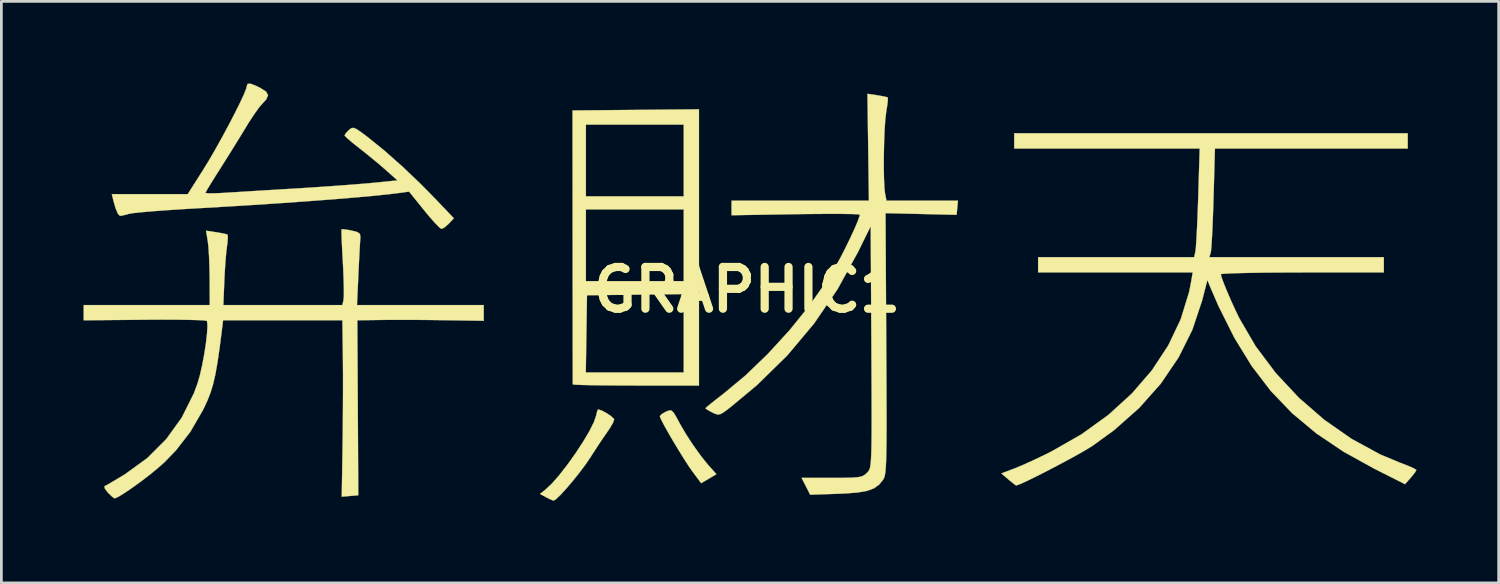
<source format=kicad_pcb>
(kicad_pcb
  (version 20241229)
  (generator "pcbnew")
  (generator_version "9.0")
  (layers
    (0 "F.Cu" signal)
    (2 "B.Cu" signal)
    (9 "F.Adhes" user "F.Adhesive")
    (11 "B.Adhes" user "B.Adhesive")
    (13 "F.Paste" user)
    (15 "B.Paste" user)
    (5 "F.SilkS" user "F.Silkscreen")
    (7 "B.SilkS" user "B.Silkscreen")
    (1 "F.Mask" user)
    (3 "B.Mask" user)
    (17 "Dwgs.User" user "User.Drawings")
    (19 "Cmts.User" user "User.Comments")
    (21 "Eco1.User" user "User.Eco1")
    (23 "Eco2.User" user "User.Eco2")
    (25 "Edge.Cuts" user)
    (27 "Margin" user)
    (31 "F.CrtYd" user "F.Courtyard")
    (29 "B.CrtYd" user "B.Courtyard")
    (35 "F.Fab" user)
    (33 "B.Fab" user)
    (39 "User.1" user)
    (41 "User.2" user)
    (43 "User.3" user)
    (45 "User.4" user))
  (footprint "GRAPHIC1"
    (layer "F.Cu")
    (at 24.214 7.531)
    (property "Reference" "GRAPHIC1" (at 0 0 0) (layer "F.SilkS") (effects (font (size 1.524 1.524) (thickness 0.3))))
    (attr through_hole)
    (fp_poly (pts (xy -2.754 4.406) (xy -2.671 4.483) (xy -2.565 4.658) (xy -2.446 4.882) (xy -2.232 5.251) (xy -1.96 5.667) (xy -1.673 6.068) (xy -1.409 6.396) (xy -1.376 6.433) (xy -1.108 6.73) (xy -1.666 7.059) (xy -1.975 6.645) (xy -2.121 6.435) (xy -2.304 6.152) (xy -2.506 5.826) (xy -2.709 5.488) (xy -2.895 5.167) (xy -3.046 4.893) (xy -3.145 4.697) (xy -3.175 4.614) (xy -3.111 4.539) (xy -2.964 4.454) (xy -2.842 4.404) (xy -2.754 4.406)) (stroke (width 0.01) (type solid)) (fill yes) (layer "F.SilkS"))
    (fp_poly (pts (xy -5.299 4.405) (xy -5.122 4.5) (xy -4.953 4.614) (xy -4.851 4.711) (xy -4.842 4.736) (xy -4.886 4.855) (xy -4.997 5.048) (xy -5.086 5.178) (xy -5.246 5.409) (xy -5.451 5.716) (xy -5.662 6.042) (xy -5.706 6.112) (xy -5.886 6.375) (xy -6.107 6.671) (xy -6.349 6.972) (xy -6.586 7.251) (xy -6.798 7.483) (xy -6.962 7.64) (xy -7.053 7.696) (xy -7.152 7.66) (xy -7.321 7.576) (xy -7.327 7.572) (xy -7.55 7.451) (xy -7.352 7.296) (xy -7.116 7.074) (xy -6.839 6.757) (xy -6.542 6.375) (xy -6.246 5.96) (xy -5.973 5.542) (xy -5.743 5.153) (xy -5.579 4.824) (xy -5.505 4.608) (xy -5.464 4.44) (xy -5.431 4.366) (xy -5.43 4.366) (xy -5.299 4.405)) (stroke (width 0.01) (type solid)) (fill yes) (layer "F.SilkS"))
    (fp_poly (pts (xy -1.746 3.493) (xy -4.048 3.493) (xy -4.634 3.491) (xy -5.166 3.487) (xy -5.623 3.482) (xy -5.985 3.474) (xy -6.233 3.465) (xy -6.347 3.455) (xy -6.353 3.453) (xy -6.353 3.369) (xy -6.354 3.139) (xy -6.354 3.016) (xy -5.877 3.016) (xy -2.302 3.016) (xy -2.302 0.156) (xy -4.068 0.177) (xy -5.834 0.198) (xy -5.856 1.607) (xy -5.877 3.016) (xy -6.354 3.016) (xy -6.354 2.778) (xy -6.355 2.299) (xy -6.356 1.715) (xy -6.356 1.041) (xy -6.357 0.289) (xy -6.358 -0.527) (xy -6.358 -1.393) (xy -6.358 -1.568) (xy -6.359 -2.937) (xy -5.874 -2.937) (xy -5.874 -0.318) (xy -2.302 -0.318) (xy -2.302 -2.937) (xy -5.874 -2.937) (xy -6.359 -2.937) (xy -6.361 -6.032) (xy -5.874 -6.032) (xy -5.874 -3.413) (xy -2.302 -3.413) (xy -2.302 -6.032) (xy -5.874 -6.032) (xy -6.361 -6.032) (xy -6.361 -6.548) (xy -4.054 -6.569) (xy -1.746 -6.591) (xy -1.746 3.493)) (stroke (width 0.01) (type solid)) (fill yes) (layer "F.SilkS"))
    (fp_poly (pts (xy 24.13 -5.159) (xy 17.091 -5.159) (xy 17.04 -3.354) (xy 17.023 -2.824) (xy 17.004 -2.34) (xy 16.984 -1.927) (xy 16.965 -1.609) (xy 16.947 -1.413) (xy 16.939 -1.369) (xy 16.888 -1.191) (xy 23.257 -1.191) (xy 23.257 -0.635) (xy 20.28 -0.635) (xy 19.611 -0.633) (xy 18.993 -0.629) (xy 18.446 -0.621) (xy 17.987 -0.611) (xy 17.631 -0.599) (xy 17.398 -0.586) (xy 17.305 -0.571) (xy 17.304 -0.569) (xy 17.335 -0.448) (xy 17.421 -0.219) (xy 17.544 0.082) (xy 17.691 0.421) (xy 17.847 0.761) (xy 17.979 1.034) (xy 18.58 2.064) (xy 19.311 3.037) (xy 20.15 3.936) (xy 21.079 4.743) (xy 22.078 5.44) (xy 23.126 6.01) (xy 23.868 6.319) (xy 24.141 6.424) (xy 24.344 6.514) (xy 24.441 6.572) (xy 24.445 6.579) (xy 24.396 6.664) (xy 24.276 6.816) (xy 24.237 6.862) (xy 24.031 7.096) (xy 22.903 6.527) (xy 21.785 5.909) (xy 20.793 5.241) (xy 19.914 4.508) (xy 19.132 3.694) (xy 18.433 2.78) (xy 17.801 1.752) (xy 17.221 0.593) (xy 16.947 -0.04) (xy 16.815 -0.357) (xy 16.621 0.397) (xy 16.266 1.461) (xy 15.763 2.47) (xy 15.117 3.421) (xy 14.331 4.307) (xy 13.409 5.124) (xy 12.627 5.691) (xy 12.404 5.829) (xy 12.098 6.005) (xy 11.735 6.205) (xy 11.341 6.415) (xy 10.944 6.622) (xy 10.57 6.812) (xy 10.246 6.97) (xy 9.998 7.083) (xy 9.853 7.138) (xy 9.832 7.141) (xy 9.76 7.092) (xy 9.612 6.974) (xy 9.549 6.92) (xy 9.296 6.703) (xy 9.787 6.516) (xy 10.064 6.401) (xy 10.428 6.237) (xy 10.829 6.047) (xy 11.13 5.897) (xy 12.225 5.271) (xy 13.204 4.564) (xy 14.061 3.783) (xy 14.79 2.938) (xy 15.385 2.034) (xy 15.84 1.079) (xy 16.148 0.082) (xy 16.23 -0.337) (xy 16.279 -0.635) (xy 10.636 -0.635) (xy 10.636 -1.191) (xy 16.333 -1.191) (xy 16.38 -1.409) (xy 16.396 -1.55) (xy 16.414 -1.824) (xy 16.435 -2.204) (xy 16.455 -2.664) (xy 16.474 -3.176) (xy 16.481 -3.393) (xy 16.535 -5.159) (xy 13.149 -5.159) (xy 9.763 -5.159) (xy 9.763 -5.715) (xy 24.13 -5.715) (xy 24.13 -5.159)) (stroke (width 0.01) (type solid)) (fill yes) (layer "F.SilkS"))
    (fp_poly (pts (xy -17.916 -7.448) (xy -17.777 -7.38) (xy -17.552 -7.239) (xy -17.477 -7.105) (xy -17.545 -6.949) (xy -17.667 -6.82) (xy -17.798 -6.668) (xy -17.977 -6.419) (xy -18.176 -6.117) (xy -18.276 -5.953) (xy -18.491 -5.601) (xy -18.754 -5.175) (xy -19.028 -4.736) (xy -19.222 -4.43) (xy -19.427 -4.106) (xy -19.596 -3.833) (xy -19.714 -3.636) (xy -19.764 -3.542) (xy -19.764 -3.539) (xy -19.692 -3.524) (xy -19.499 -3.522) (xy -19.223 -3.532) (xy -19.149 -3.536) (xy -18.894 -3.552) (xy -18.512 -3.575) (xy -18.032 -3.605) (xy -17.488 -3.638) (xy -16.908 -3.673) (xy -16.55 -3.694) (xy -15.941 -3.732) (xy -15.327 -3.774) (xy -14.745 -3.815) (xy -14.229 -3.855) (xy -13.818 -3.889) (xy -13.659 -3.904) (xy -12.753 -3.995) (xy -13.183 -4.378) (xy -13.467 -4.623) (xy -13.807 -4.903) (xy -14.132 -5.162) (xy -14.149 -5.174) (xy -14.392 -5.367) (xy -14.577 -5.525) (xy -14.676 -5.623) (xy -14.684 -5.639) (xy -14.632 -5.725) (xy -14.526 -5.834) (xy -14.444 -5.898) (xy -14.362 -5.915) (xy -14.25 -5.87) (xy -14.074 -5.751) (xy -13.832 -5.569) (xy -13.228 -5.081) (xy -12.571 -4.499) (xy -11.899 -3.858) (xy -11.36 -3.31) (xy -10.695 -2.612) (xy -10.878 -2.417) (xy -11.026 -2.284) (xy -11.14 -2.224) (xy -11.146 -2.224) (xy -11.228 -2.283) (xy -11.383 -2.441) (xy -11.589 -2.674) (xy -11.78 -2.905) (xy -12.329 -3.586) (xy -12.653 -3.541) (xy -13.091 -3.487) (xy -13.672 -3.428) (xy -14.377 -3.365) (xy -15.192 -3.298) (xy -16.099 -3.23) (xy -17.081 -3.161) (xy -18.123 -3.092) (xy -19.207 -3.026) (xy -20.09 -2.975) (xy -20.678 -2.94) (xy -21.226 -2.903) (xy -21.711 -2.867) (xy -22.109 -2.832) (xy -22.396 -2.801) (xy -22.548 -2.776) (xy -22.55 -2.776) (xy -22.747 -2.724) (xy -22.874 -2.699) (xy -22.881 -2.699) (xy -22.958 -2.774) (xy -23.047 -2.986) (xy -23.128 -3.274) (xy -23.181 -3.493) (xy -21.795 -3.493) (xy -20.41 -3.493) (xy -19.844 -4.385) (xy -19.626 -4.741) (xy -19.389 -5.151) (xy -19.144 -5.59) (xy -18.906 -6.034) (xy -18.687 -6.456) (xy -18.499 -6.834) (xy -18.357 -7.14) (xy -18.273 -7.351) (xy -18.256 -7.427) (xy -18.226 -7.518) (xy -18.12 -7.526) (xy -17.916 -7.448)) (stroke (width 0.01) (type solid)) (fill yes) (layer "F.SilkS"))
    (fp_poly (pts (xy 4.763 -7.103) (xy 4.982 -7.065) (xy 5.124 -7.032) (xy 5.148 -7.022) (xy 5.151 -6.935) (xy 5.128 -6.737) (xy 5.089 -6.487) (xy 5.056 -6.213) (xy 5.031 -5.832) (xy 5.013 -5.383) (xy 5.003 -4.905) (xy 5.002 -4.437) (xy 5.01 -4.017) (xy 5.028 -3.685) (xy 5.05 -3.502) (xy 5.1 -3.254) (xy 7.709 -3.254) (xy 7.685 -2.996) (xy 7.66 -2.738) (xy 6.362 -2.769) (xy 5.065 -2.8) (xy 5.091 1.959) (xy 5.096 2.951) (xy 5.1 3.797) (xy 5.102 4.509) (xy 5.102 5.099) (xy 5.099 5.579) (xy 5.094 5.962) (xy 5.086 6.261) (xy 5.074 6.486) (xy 5.059 6.652) (xy 5.041 6.769) (xy 5.018 6.851) (xy 4.991 6.91) (xy 4.979 6.929) (xy 4.831 7.112) (xy 4.645 7.246) (xy 4.393 7.339) (xy 4.05 7.399) (xy 3.589 7.435) (xy 3.32 7.446) (xy 2.314 7.48) (xy 2.158 7.173) (xy 2.001 6.866) (xy 3.102 6.866) (xy 3.544 6.864) (xy 3.856 6.857) (xy 4.067 6.839) (xy 4.205 6.808) (xy 4.3 6.759) (xy 4.374 6.694) (xy 4.413 6.655) (xy 4.447 6.615) (xy 4.476 6.561) (xy 4.5 6.483) (xy 4.519 6.368) (xy 4.534 6.205) (xy 4.545 5.981) (xy 4.552 5.686) (xy 4.557 5.308) (xy 4.559 4.834) (xy 4.558 4.253) (xy 4.556 3.553) (xy 4.552 2.723) (xy 4.547 1.751) (xy 4.544 1.319) (xy 4.524 -2.324) (xy 4.06 -1.38) (xy 3.314 -0.025) (xy 2.458 1.228) (xy 1.483 2.39) (xy 0.377 3.474) (xy -0.603 4.29) (xy -0.824 4.457) (xy -0.967 4.54) (xy -1.078 4.552) (xy -1.204 4.505) (xy -1.258 4.479) (xy -1.424 4.389) (xy -1.506 4.329) (xy -1.508 4.324) (xy -1.449 4.266) (xy -1.289 4.135) (xy -1.056 3.951) (xy -0.853 3.795) (xy -0.042 3.121) (xy 0.772 2.336) (xy 1.558 1.478) (xy 2.281 0.584) (xy 2.91 -0.309) (xy 3.239 -0.846) (xy 3.417 -1.17) (xy 3.602 -1.531) (xy 3.78 -1.897) (xy 3.936 -2.234) (xy 4.054 -2.512) (xy 4.119 -2.698) (xy 4.128 -2.745) (xy 4.051 -2.758) (xy 3.836 -2.767) (xy 3.501 -2.772) (xy 3.066 -2.774) (xy 2.551 -2.771) (xy 1.975 -2.765) (xy 1.786 -2.762) (xy -0.556 -2.723) (xy -0.556 -3.254) (xy 4.459 -3.254) (xy 4.432 -5.205) (xy 4.405 -7.156) (xy 4.763 -7.103)) (stroke (width 0.01) (type solid)) (fill yes) (layer "F.SilkS"))
    (fp_poly (pts (xy -14.532 -2.184) (xy -14.434 -2.165) (xy -14.219 -2.11) (xy -14.123 -2.041) (xy -14.106 -1.925) (xy -14.108 -1.901) (xy -14.118 -1.753) (xy -14.134 -1.481) (xy -14.153 -1.121) (xy -14.173 -0.707) (xy -14.179 -0.575) (xy -14.231 0.556) (xy -11.918 0.556) (xy -9.604 0.556) (xy -9.604 1.13) (xy -10.974 1.109) (xy -11.516 1.102) (xy -12.09 1.097) (xy -12.64 1.096) (xy -13.111 1.097) (xy -13.281 1.099) (xy -14.219 1.111) (xy -14.201 4.306) (xy -14.184 7.501) (xy -14.485 7.526) (xy -14.787 7.552) (xy -14.757 5.661) (xy -14.749 5.025) (xy -14.744 4.346) (xy -14.741 3.673) (xy -14.741 3.052) (xy -14.745 2.532) (xy -14.746 2.441) (xy -14.764 1.111) (xy -16.942 1.111) (xy -19.12 1.111) (xy -19.161 1.449) (xy -19.246 2.113) (xy -19.323 2.646) (xy -19.399 3.077) (xy -19.48 3.432) (xy -19.573 3.739) (xy -19.684 4.025) (xy -19.82 4.319) (xy -19.864 4.405) (xy -20.312 5.179) (xy -20.839 5.859) (xy -21.245 6.28) (xy -21.48 6.49) (xy -21.769 6.728) (xy -22.086 6.972) (xy -22.402 7.202) (xy -22.688 7.398) (xy -22.918 7.541) (xy -23.063 7.609) (xy -23.088 7.612) (xy -23.17 7.553) (xy -23.307 7.421) (xy -23.329 7.398) (xy -23.435 7.257) (xy -23.451 7.172) (xy -23.441 7.165) (xy -23.343 7.115) (xy -23.143 6.999) (xy -22.876 6.839) (xy -22.694 6.728) (xy -21.885 6.141) (xy -21.193 5.449) (xy -20.625 4.659) (xy -20.186 3.778) (xy -20.046 3.398) (xy -19.961 3.097) (xy -19.879 2.734) (xy -19.806 2.341) (xy -19.747 1.954) (xy -19.707 1.606) (xy -19.69 1.331) (xy -19.702 1.163) (xy -19.717 1.132) (xy -19.809 1.117) (xy -20.04 1.105) (xy -20.387 1.096) (xy -20.83 1.09) (xy -21.349 1.088) (xy -21.922 1.091) (xy -21.994 1.092) (xy -24.209 1.112) (xy -24.209 0.556) (xy -19.606 0.556) (xy -19.61 -0.417) (xy -19.618 -0.837) (xy -19.633 -1.238) (xy -19.655 -1.573) (xy -19.678 -1.773) (xy -19.741 -2.158) (xy -19.376 -2.103) (xy -19.148 -2.064) (xy -18.993 -2.03) (xy -18.961 -2.018) (xy -18.945 -1.929) (xy -18.957 -1.737) (xy -18.975 -1.609) (xy -19.004 -1.37) (xy -19.034 -1.025) (xy -19.06 -0.625) (xy -19.074 -0.337) (xy -19.11 0.556) (xy -16.939 0.556) (xy -14.767 0.556) (xy -14.723 0.377) (xy -14.711 0.237) (xy -14.71 -0.029) (xy -14.719 -0.386) (xy -14.736 -0.803) (xy -14.746 -0.992) (xy -14.769 -1.409) (xy -14.786 -1.765) (xy -14.796 -2.033) (xy -14.798 -2.185) (xy -14.796 -2.209) (xy -14.715 -2.21) (xy -14.532 -2.184)) (stroke (width 0.01) (type solid)) (fill yes) (layer "F.SilkS")))
  (gr_rect
    (start -3 -3)
    (end 51.664 18.232)
    (stroke (width 0.1) (type default))
    (fill no)
    (layer "Edge.Cuts")))
</source>
